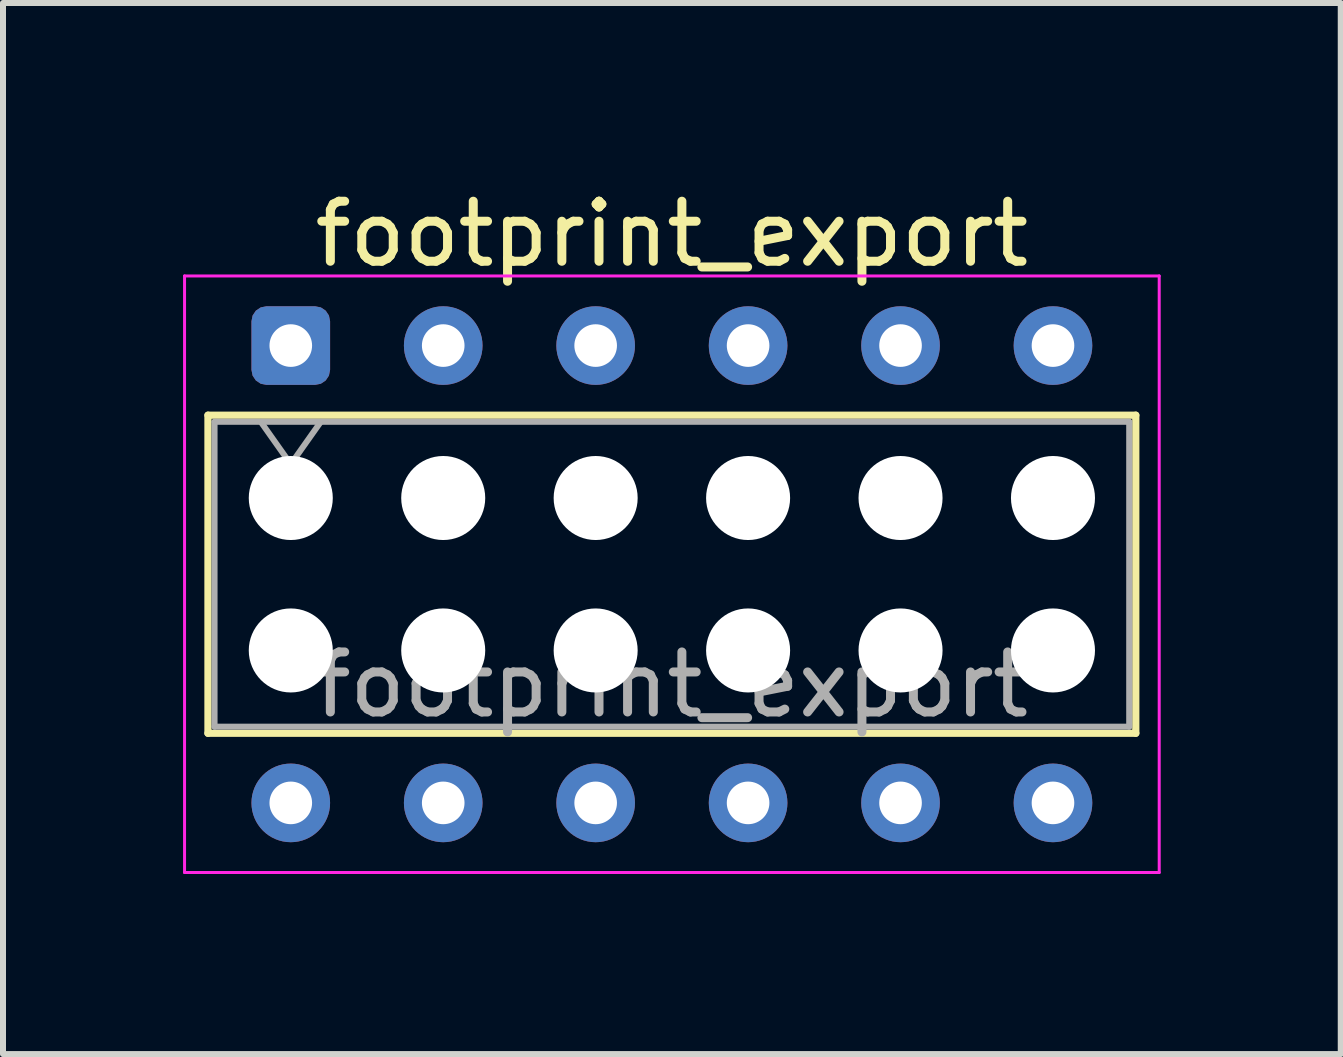
<source format=kicad_pcb>
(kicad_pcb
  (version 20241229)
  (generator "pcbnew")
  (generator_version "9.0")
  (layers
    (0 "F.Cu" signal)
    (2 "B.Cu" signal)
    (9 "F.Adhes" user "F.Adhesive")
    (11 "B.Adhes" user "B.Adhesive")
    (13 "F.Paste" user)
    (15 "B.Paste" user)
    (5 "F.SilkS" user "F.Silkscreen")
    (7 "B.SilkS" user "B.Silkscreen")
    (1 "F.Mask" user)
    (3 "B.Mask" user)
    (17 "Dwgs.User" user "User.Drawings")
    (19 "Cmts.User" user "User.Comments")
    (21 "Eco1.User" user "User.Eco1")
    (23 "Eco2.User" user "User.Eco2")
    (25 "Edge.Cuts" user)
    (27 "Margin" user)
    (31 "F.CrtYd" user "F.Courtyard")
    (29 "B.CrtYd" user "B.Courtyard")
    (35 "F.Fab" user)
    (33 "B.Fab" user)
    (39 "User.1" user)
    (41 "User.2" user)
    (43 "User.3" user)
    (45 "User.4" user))
  (footprint "footprint_export"
    (layer "F.Cu")
    (at 1.795 2.708)
    (property "Reference" "footprint_export" (at 6.35 -1.86 0) (layer "F.SilkS") (effects (font (size 1 1) (thickness 0.15))))
    (attr through_hole)
    (fp_line (start -1.38 1.16) (end 14.08 1.16) (stroke (width 0.12) (type solid)) (layer "F.SilkS"))
    (fp_line (start -1.38 6.46) (end -1.38 1.16) (stroke (width 0.12) (type solid)) (layer "F.SilkS"))
    (fp_line (start 14.08 1.16) (end 14.08 6.46) (stroke (width 0.12) (type solid)) (layer "F.SilkS"))
    (fp_line (start 14.08 6.46) (end -1.38 6.46) (stroke (width 0.12) (type solid)) (layer "F.SilkS"))
    (fp_line (start -1.77 -1.16) (end 14.47 -1.16) (stroke (width 0.05) (type solid)) (layer "F.CrtYd"))
    (fp_line (start -1.77 8.78) (end -1.77 -1.16) (stroke (width 0.05) (type solid)) (layer "F.CrtYd"))
    (fp_line (start 14.47 -1.16) (end 14.47 8.78) (stroke (width 0.05) (type solid)) (layer "F.CrtYd"))
    (fp_line (start 14.47 8.78) (end -1.77 8.78) (stroke (width 0.05) (type solid)) (layer "F.CrtYd"))
    (fp_line (start -1.27 1.27) (end 13.97 1.27) (stroke (width 0.1) (type solid)) (layer "F.Fab"))
    (fp_line (start -1.27 6.35) (end -1.27 1.27) (stroke (width 0.1) (type solid)) (layer "F.Fab"))
    (fp_line (start -0.5 1.27) (end 0 1.977) (stroke (width 0.1) (type solid)) (layer "F.Fab"))
    (fp_line (start 0 1.977) (end 0.5 1.27) (stroke (width 0.1) (type solid)) (layer "F.Fab"))
    (fp_line (start 13.97 1.27) (end 13.97 6.35) (stroke (width 0.1) (type solid)) (layer "F.Fab"))
    (fp_line (start 13.97 6.35) (end -1.27 6.35) (stroke (width 0.1) (type solid)) (layer "F.Fab"))
    (fp_text user "${REFERENCE}" (at 6.35 5.65 0) (layer "F.Fab") (effects (font (size 1 1) (thickness 0.15))))
    (pad "" np_thru_hole circle (at 0 2.54) (size 1.4 1.4) (drill 1.4) (layers "*.Cu" "*.Mask"))
    (pad "" np_thru_hole circle (at 0 5.08) (size 1.4 1.4) (drill 1.4) (layers "*.Cu" "*.Mask"))
    (pad "" np_thru_hole circle (at 2.54 2.54) (size 1.4 1.4) (drill 1.4) (layers "*.Cu" "*.Mask"))
    (pad "" np_thru_hole circle (at 2.54 5.08) (size 1.4 1.4) (drill 1.4) (layers "*.Cu" "*.Mask"))
    (pad "" np_thru_hole circle (at 5.08 2.54) (size 1.4 1.4) (drill 1.4) (layers "*.Cu" "*.Mask"))
    (pad "" np_thru_hole circle (at 5.08 5.08) (size 1.4 1.4) (drill 1.4) (layers "*.Cu" "*.Mask"))
    (pad "" np_thru_hole circle (at 7.62 2.54) (size 1.4 1.4) (drill 1.4) (layers "*.Cu" "*.Mask"))
    (pad "" np_thru_hole circle (at 7.62 5.08) (size 1.4 1.4) (drill 1.4) (layers "*.Cu" "*.Mask"))
    (pad "" np_thru_hole circle (at 10.16 2.54) (size 1.4 1.4) (drill 1.4) (layers "*.Cu" "*.Mask"))
    (pad "" np_thru_hole circle (at 10.16 5.08) (size 1.4 1.4) (drill 1.4) (layers "*.Cu" "*.Mask"))
    (pad "" np_thru_hole circle (at 12.7 2.54) (size 1.4 1.4) (drill 1.4) (layers "*.Cu" "*.Mask"))
    (pad "" np_thru_hole circle (at 12.7 5.08) (size 1.4 1.4) (drill 1.4) (layers "*.Cu" "*.Mask"))
    (pad "1" thru_hole roundrect (at 0 0) (size 1.31 1.31) (drill 0.71) (layers "*.Cu" "*.Mask") (roundrect_rratio 0.191))
    (pad "2" thru_hole circle (at 0 7.62) (size 1.31 1.31) (drill 0.71) (layers "*.Cu" "*.Mask"))
    (pad "3" thru_hole circle (at 2.54 0) (size 1.31 1.31) (drill 0.71) (layers "*.Cu" "*.Mask"))
    (pad "4" thru_hole circle (at 2.54 7.62) (size 1.31 1.31) (drill 0.71) (layers "*.Cu" "*.Mask"))
    (pad "5" thru_hole circle (at 5.08 0) (size 1.31 1.31) (drill 0.71) (layers "*.Cu" "*.Mask"))
    (pad "6" thru_hole circle (at 5.08 7.62) (size 1.31 1.31) (drill 0.71) (layers "*.Cu" "*.Mask"))
    (pad "7" thru_hole circle (at 7.62 0) (size 1.31 1.31) (drill 0.71) (layers "*.Cu" "*.Mask"))
    (pad "8" thru_hole circle (at 7.62 7.62) (size 1.31 1.31) (drill 0.71) (layers "*.Cu" "*.Mask"))
    (pad "9" thru_hole circle (at 10.16 0) (size 1.31 1.31) (drill 0.71) (layers "*.Cu" "*.Mask"))
    (pad "10" thru_hole circle (at 10.16 7.62) (size 1.31 1.31) (drill 0.71) (layers "*.Cu" "*.Mask"))
    (pad "11" thru_hole circle (at 12.7 0) (size 1.31 1.31) (drill 0.71) (layers "*.Cu" "*.Mask"))
    (pad "12" thru_hole circle (at 12.7 7.62) (size 1.31 1.31) (drill 0.71) (layers "*.Cu" "*.Mask")))
  (gr_rect
    (start -3 -3)
    (end 19.29 14.513)
    (stroke (width 0.1) (type default))
    (fill no)
    (layer "Edge.Cuts")))
</source>
